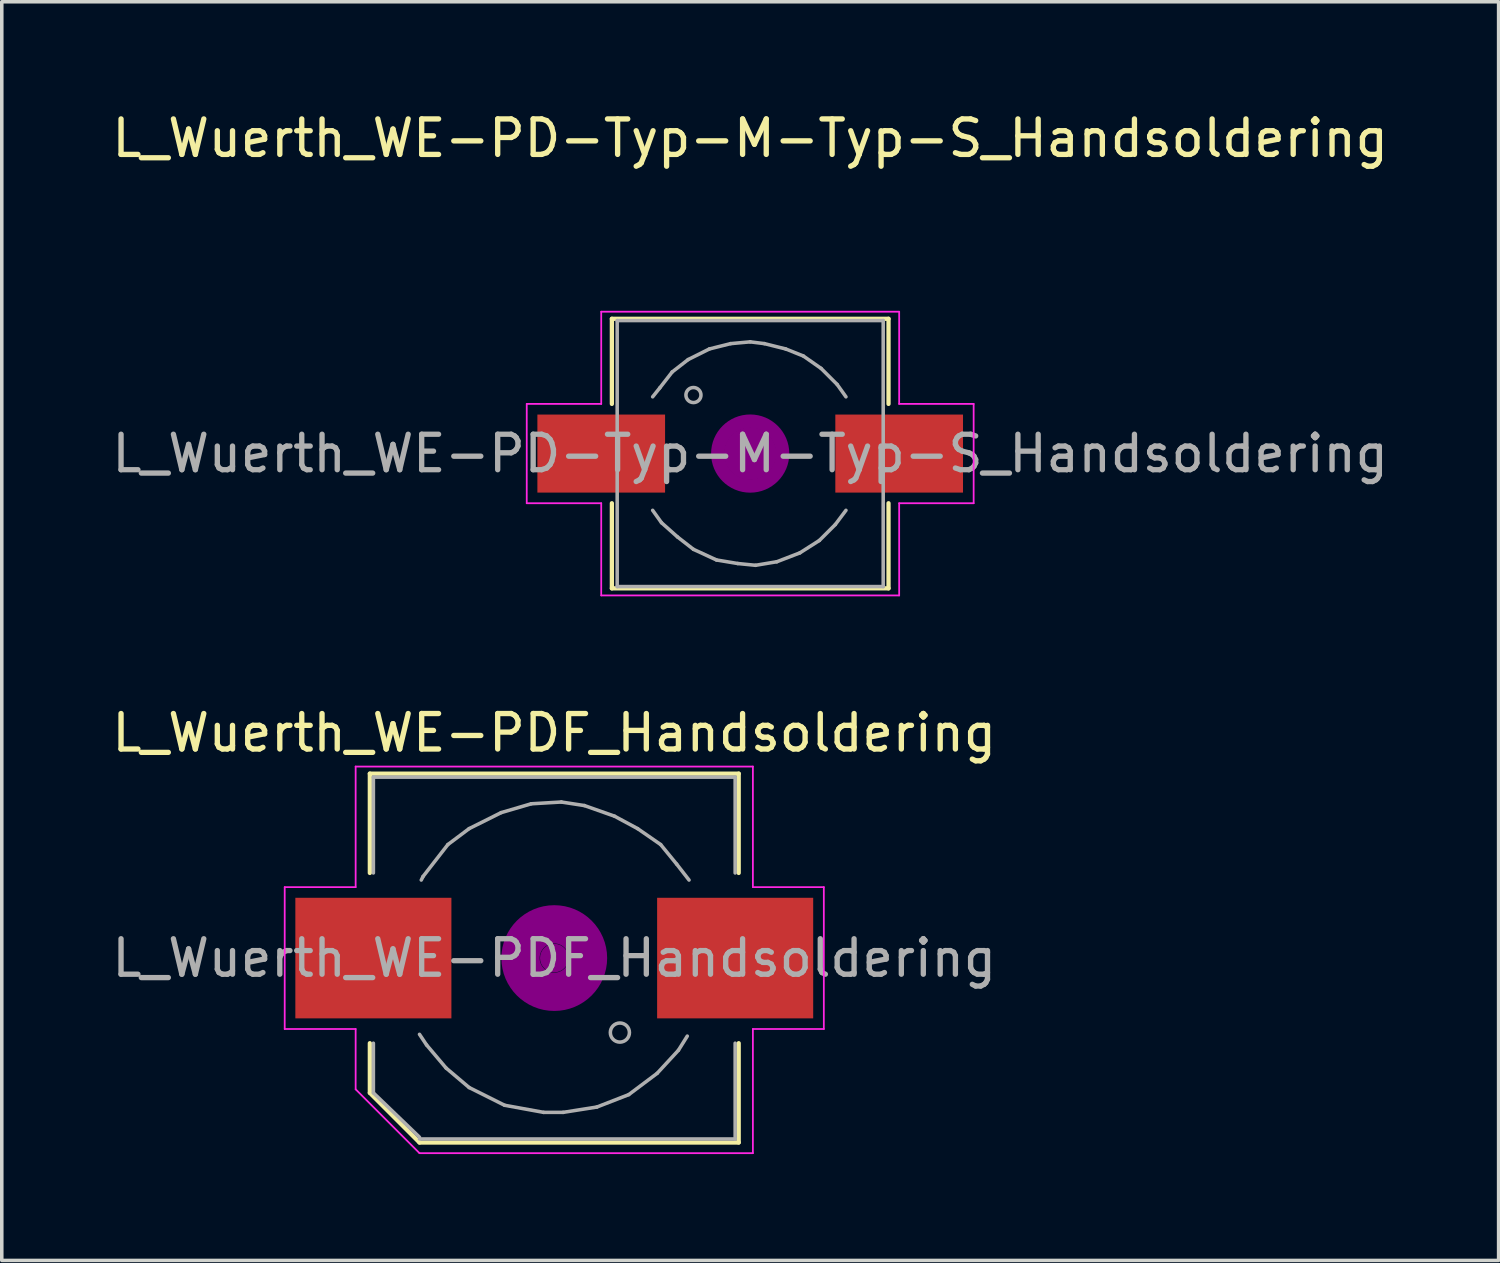
<source format=kicad_pcb>
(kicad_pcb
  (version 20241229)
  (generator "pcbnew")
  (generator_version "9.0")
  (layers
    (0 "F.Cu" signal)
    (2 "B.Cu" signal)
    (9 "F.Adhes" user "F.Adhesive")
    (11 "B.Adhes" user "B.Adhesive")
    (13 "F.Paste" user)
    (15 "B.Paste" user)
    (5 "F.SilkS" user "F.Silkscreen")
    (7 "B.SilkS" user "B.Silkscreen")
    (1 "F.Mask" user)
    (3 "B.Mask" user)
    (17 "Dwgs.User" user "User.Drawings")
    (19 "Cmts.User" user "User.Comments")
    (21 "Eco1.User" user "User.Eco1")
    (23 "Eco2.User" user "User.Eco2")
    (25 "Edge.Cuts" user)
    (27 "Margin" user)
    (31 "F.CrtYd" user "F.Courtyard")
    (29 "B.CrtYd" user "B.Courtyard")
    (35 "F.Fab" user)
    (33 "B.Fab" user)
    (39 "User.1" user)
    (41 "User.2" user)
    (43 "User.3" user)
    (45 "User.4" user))
  (footprint "L_Wuerth_WE-PD-Typ-M-Typ-S_Handsoldering"
    (layer "F.Cu")
    (at 18.101 9.738)
    (property "Reference" "L_Wuerth_WE-PD-Typ-M-Typ-S_Handsoldering" (at 0 -8.89 0) (layer "F.SilkS") (effects (font (size 1 1) (thickness 0.15))))
    (attr smd)
    (fp_line (start -3.9 -1.4) (end -3.9 -3.8) (stroke (width 0.12) (type solid)) (layer "F.SilkS"))
    (fp_line (start -3.9 1.4) (end -3.9 3.8) (stroke (width 0.12) (type solid)) (layer "F.SilkS"))
    (fp_line (start -3.9 3.8) (end 3.9 3.8) (stroke (width 0.12) (type solid)) (layer "F.SilkS"))
    (fp_line (start 3.9 -3.8) (end -3.9 -3.8) (stroke (width 0.12) (type solid)) (layer "F.SilkS"))
    (fp_line (start 3.9 -1.4) (end 3.9 -3.8) (stroke (width 0.12) (type solid)) (layer "F.SilkS"))
    (fp_line (start 3.9 3.8) (end 3.9 1.4) (stroke (width 0.12) (type solid)) (layer "F.SilkS"))
    (fp_circle (center 0 0) (end 0.15 0.15) (stroke (width 0.38) (type solid)) (fill no) (layer "F.Adhes"))
    (fp_circle (center 0 0) (end 0.55 0.05) (stroke (width 0.38) (type solid)) (fill no) (layer "F.Adhes"))
    (fp_circle (center 0 0) (end 0.9 0.15) (stroke (width 0.38) (type solid)) (fill no) (layer "F.Adhes"))
    (fp_line (start -6.3 -1.4) (end -6.3 1.4) (stroke (width 0.05) (type solid)) (layer "F.CrtYd"))
    (fp_line (start -6.3 1.4) (end -4.2 1.4) (stroke (width 0.05) (type solid)) (layer "F.CrtYd"))
    (fp_line (start -4.2 -4) (end -4.2 -1.4) (stroke (width 0.05) (type solid)) (layer "F.CrtYd"))
    (fp_line (start -4.2 -1.4) (end -6.3 -1.4) (stroke (width 0.05) (type solid)) (layer "F.CrtYd"))
    (fp_line (start -4.2 1.4) (end -4.2 4) (stroke (width 0.05) (type solid)) (layer "F.CrtYd"))
    (fp_line (start -4.2 4) (end 4.2 4) (stroke (width 0.05) (type solid)) (layer "F.CrtYd"))
    (fp_line (start 4.2 -4) (end -4.2 -4) (stroke (width 0.05) (type solid)) (layer "F.CrtYd"))
    (fp_line (start 4.2 -1.4) (end 4.2 -4) (stroke (width 0.05) (type solid)) (layer "F.CrtYd"))
    (fp_line (start 4.2 1.4) (end 6.3 1.4) (stroke (width 0.05) (type solid)) (layer "F.CrtYd"))
    (fp_line (start 4.2 4) (end 4.2 1.4) (stroke (width 0.05) (type solid)) (layer "F.CrtYd"))
    (fp_line (start 6.3 -1.4) (end 4.2 -1.4) (stroke (width 0.05) (type solid)) (layer "F.CrtYd"))
    (fp_line (start 6.3 1.4) (end 6.3 -1.4) (stroke (width 0.05) (type solid)) (layer "F.CrtYd"))
    (fp_line (start -3.75 -3.75) (end -3.75 3.75) (stroke (width 0.1) (type solid)) (layer "F.Fab"))
    (fp_line (start -3.75 3.75) (end 3.75 3.75) (stroke (width 0.1) (type solid)) (layer "F.Fab"))
    (fp_line (start -2.75 1.6) (end -2.5 1.95) (stroke (width 0.1) (type solid)) (layer "F.Fab"))
    (fp_line (start -2.55 -1.85) (end -2.75 -1.6) (stroke (width 0.1) (type solid)) (layer "F.Fab"))
    (fp_line (start -2.5 1.95) (end -2.05 2.35) (stroke (width 0.1) (type solid)) (layer "F.Fab"))
    (fp_line (start -2.2 -2.3) (end -2.55 -1.85) (stroke (width 0.1) (type solid)) (layer "F.Fab"))
    (fp_line (start -2.05 2.35) (end -1.6 2.7) (stroke (width 0.1) (type solid)) (layer "F.Fab"))
    (fp_line (start -1.75 -2.65) (end -2.2 -2.3) (stroke (width 0.1) (type solid)) (layer "F.Fab"))
    (fp_line (start -1.6 2.7) (end -0.95 3) (stroke (width 0.1) (type solid)) (layer "F.Fab"))
    (fp_line (start -1.15 -2.95) (end -1.75 -2.65) (stroke (width 0.1) (type solid)) (layer "F.Fab"))
    (fp_line (start -0.95 3) (end -0.35 3.1) (stroke (width 0.1) (type solid)) (layer "F.Fab"))
    (fp_line (start -0.55 -3.1) (end -1.15 -2.95) (stroke (width 0.1) (type solid)) (layer "F.Fab"))
    (fp_line (start -0.35 3.1) (end 0.15 3.15) (stroke (width 0.1) (type solid)) (layer "F.Fab"))
    (fp_line (start 0 -3.15) (end -0.55 -3.1) (stroke (width 0.1) (type solid)) (layer "F.Fab"))
    (fp_line (start 0.15 3.15) (end 0.75 3.05) (stroke (width 0.1) (type solid)) (layer "F.Fab"))
    (fp_line (start 0.4 -3.1) (end 0 -3.15) (stroke (width 0.1) (type solid)) (layer "F.Fab"))
    (fp_line (start 0.75 3.05) (end 1.4 2.8) (stroke (width 0.1) (type solid)) (layer "F.Fab"))
    (fp_line (start 1 -2.95) (end 0.4 -3.1) (stroke (width 0.1) (type solid)) (layer "F.Fab"))
    (fp_line (start 1.4 2.8) (end 1.95 2.45) (stroke (width 0.1) (type solid)) (layer "F.Fab"))
    (fp_line (start 1.5 -2.75) (end 1 -2.95) (stroke (width 0.1) (type solid)) (layer "F.Fab"))
    (fp_line (start 1.95 2.45) (end 2.4 2) (stroke (width 0.1) (type solid)) (layer "F.Fab"))
    (fp_line (start 2 -2.4) (end 1.5 -2.75) (stroke (width 0.1) (type solid)) (layer "F.Fab"))
    (fp_line (start 2.4 2) (end 2.7 1.6) (stroke (width 0.1) (type solid)) (layer "F.Fab"))
    (fp_line (start 2.45 -1.95) (end 2 -2.4) (stroke (width 0.1) (type solid)) (layer "F.Fab"))
    (fp_line (start 2.7 -1.6) (end 2.45 -1.95) (stroke (width 0.1) (type solid)) (layer "F.Fab"))
    (fp_line (start 3.75 -3.75) (end -3.75 -3.75) (stroke (width 0.1) (type solid)) (layer "F.Fab"))
    (fp_line (start 3.75 3.75) (end 3.75 -3.75) (stroke (width 0.1) (type solid)) (layer "F.Fab"))
    (fp_circle (center -1.6 -1.65) (end -1.45 -1.5) (stroke (width 0.1) (type solid)) (fill no) (layer "F.Fab"))
    (fp_text user "${REFERENCE}" (at 0 0 0) (layer "F.Fab") (effects (font (size 1 1) (thickness 0.15))))
    (pad "1" smd rect (at -4.2 0) (size 3.6 2.2) (layers "F.Cu" "F.Mask" "F.Paste"))
    (pad "2" smd rect (at 4.2 0) (size 3.6 2.2) (layers "F.Cu" "F.Mask" "F.Paste")))
  (footprint "L_Wuerth_WE-PDF_Handsoldering"
    (layer "F.Cu")
    (at 12.577 23.962)
    (property "Reference" "L_Wuerth_WE-PDF_Handsoldering" (at 0 -6.35 0) (layer "F.SilkS") (effects (font (size 1 1) (thickness 0.15))))
    (attr smd)
    (fp_line (start -5.2 -5.2) (end 5.2 -5.2) (stroke (width 0.12) (type solid)) (layer "F.SilkS"))
    (fp_line (start -5.2 -2.4) (end -5.2 -5.2) (stroke (width 0.12) (type solid)) (layer "F.SilkS"))
    (fp_line (start -5.2 3.8) (end -5.2 2.4) (stroke (width 0.12) (type solid)) (layer "F.SilkS"))
    (fp_line (start -3.8 5.2) (end -5.2 3.8) (stroke (width 0.12) (type solid)) (layer "F.SilkS"))
    (fp_line (start 5.2 -5.2) (end 5.2 -2.4) (stroke (width 0.12) (type solid)) (layer "F.SilkS"))
    (fp_line (start 5.2 2.4) (end 5.2 5.2) (stroke (width 0.12) (type solid)) (layer "F.SilkS"))
    (fp_line (start 5.2 5.2) (end -3.8 5.2) (stroke (width 0.12) (type solid)) (layer "F.SilkS"))
    (fp_circle (center 0 0) (end 0.15 0.15) (stroke (width 0.38) (type solid)) (fill no) (layer "F.Adhes"))
    (fp_circle (center 0 0) (end 0.6 0.05) (stroke (width 0.38) (type solid)) (fill no) (layer "F.Adhes"))
    (fp_circle (center 0 0) (end 0.95 0) (stroke (width 0.38) (type solid)) (fill no) (layer "F.Adhes"))
    (fp_circle (center 0 0) (end 1.3 0.05) (stroke (width 0.38) (type solid)) (fill no) (layer "F.Adhes"))
    (fp_line (start -7.6 -2) (end -5.6 -2) (stroke (width 0.05) (type solid)) (layer "F.CrtYd"))
    (fp_line (start -7.6 2) (end -7.6 -2) (stroke (width 0.05) (type solid)) (layer "F.CrtYd"))
    (fp_line (start -5.6 -5.4) (end 5.6 -5.4) (stroke (width 0.05) (type solid)) (layer "F.CrtYd"))
    (fp_line (start -5.6 -2) (end -5.6 -5.4) (stroke (width 0.05) (type solid)) (layer "F.CrtYd"))
    (fp_line (start -5.6 2) (end -7.6 2) (stroke (width 0.05) (type solid)) (layer "F.CrtYd"))
    (fp_line (start -5.6 3.7) (end -5.6 2) (stroke (width 0.05) (type solid)) (layer "F.CrtYd"))
    (fp_line (start -3.8 5.5) (end -5.6 3.7) (stroke (width 0.05) (type solid)) (layer "F.CrtYd"))
    (fp_line (start 5.6 -5.4) (end 5.6 -2) (stroke (width 0.05) (type solid)) (layer "F.CrtYd"))
    (fp_line (start 5.6 -2) (end 7.6 -2) (stroke (width 0.05) (type solid)) (layer "F.CrtYd"))
    (fp_line (start 5.6 2) (end 5.6 5.5) (stroke (width 0.05) (type solid)) (layer "F.CrtYd"))
    (fp_line (start 5.6 5.5) (end -3.8 5.5) (stroke (width 0.05) (type solid)) (layer "F.CrtYd"))
    (fp_line (start 7.6 -2) (end 7.6 2) (stroke (width 0.05) (type solid)) (layer "F.CrtYd"))
    (fp_line (start 7.6 2) (end 5.6 2) (stroke (width 0.05) (type solid)) (layer "F.CrtYd"))
    (fp_line (start -5.1 -5.1) (end -5.1 -2.4) (stroke (width 0.1) (type solid)) (layer "F.Fab"))
    (fp_line (start -5.1 2.4) (end -5.1 3.8) (stroke (width 0.1) (type solid)) (layer "F.Fab"))
    (fp_line (start -5.1 3.8) (end -3.8 5.05) (stroke (width 0.1) (type solid)) (layer "F.Fab"))
    (fp_line (start -3.8 2.15) (end -3.6 2.45) (stroke (width 0.1) (type solid)) (layer "F.Fab"))
    (fp_line (start -3.7 -2.3) (end -3.75 -2.2) (stroke (width 0.1) (type solid)) (layer "F.Fab"))
    (fp_line (start -3.6 2.45) (end -3.05 3.1) (stroke (width 0.1) (type solid)) (layer "F.Fab"))
    (fp_line (start -3.05 3.1) (end -2.4 3.65) (stroke (width 0.1) (type solid)) (layer "F.Fab"))
    (fp_line (start -3 -3.2) (end -3.7 -2.3) (stroke (width 0.1) (type solid)) (layer "F.Fab"))
    (fp_line (start -2.4 -3.65) (end -3 -3.2) (stroke (width 0.1) (type solid)) (layer "F.Fab"))
    (fp_line (start -2.4 3.65) (end -1.4 4.15) (stroke (width 0.1) (type solid)) (layer "F.Fab"))
    (fp_line (start -1.5 -4.1) (end -2.4 -3.65) (stroke (width 0.1) (type solid)) (layer "F.Fab"))
    (fp_line (start -1.4 4.15) (end -0.3 4.35) (stroke (width 0.1) (type solid)) (layer "F.Fab"))
    (fp_line (start -0.65 -4.35) (end -1.5 -4.1) (stroke (width 0.1) (type solid)) (layer "F.Fab"))
    (fp_line (start -0.3 4.35) (end 0.25 4.35) (stroke (width 0.1) (type solid)) (layer "F.Fab"))
    (fp_line (start 0.2 -4.4) (end -0.65 -4.35) (stroke (width 0.1) (type solid)) (layer "F.Fab"))
    (fp_line (start 0.25 4.35) (end 1.2 4.2) (stroke (width 0.1) (type solid)) (layer "F.Fab"))
    (fp_line (start 0.85 -4.3) (end 0.2 -4.4) (stroke (width 0.1) (type solid)) (layer "F.Fab"))
    (fp_line (start 1.2 4.2) (end 2.1 3.85) (stroke (width 0.1) (type solid)) (layer "F.Fab"))
    (fp_line (start 1.7 -4) (end 0.85 -4.3) (stroke (width 0.1) (type solid)) (layer "F.Fab"))
    (fp_line (start 2.1 3.85) (end 2.9 3.25) (stroke (width 0.1) (type solid)) (layer "F.Fab"))
    (fp_line (start 2.35 -3.65) (end 1.7 -4) (stroke (width 0.1) (type solid)) (layer "F.Fab"))
    (fp_line (start 2.9 3.25) (end 3.5 2.6) (stroke (width 0.1) (type solid)) (layer "F.Fab"))
    (fp_line (start 3 -3.2) (end 2.35 -3.65) (stroke (width 0.1) (type solid)) (layer "F.Fab"))
    (fp_line (start 3.45 -2.65) (end 3 -3.2) (stroke (width 0.1) (type solid)) (layer "F.Fab"))
    (fp_line (start 3.5 2.6) (end 3.75 2.2) (stroke (width 0.1) (type solid)) (layer "F.Fab"))
    (fp_line (start 3.8 -2.2) (end 3.45 -2.65) (stroke (width 0.1) (type solid)) (layer "F.Fab"))
    (fp_line (start 5.1 -5.1) (end -5.1 -5.1) (stroke (width 0.1) (type solid)) (layer "F.Fab"))
    (fp_line (start 5.1 -5.1) (end 5.1 -2.4) (stroke (width 0.1) (type solid)) (layer "F.Fab"))
    (fp_line (start 5.1 5.1) (end -3.8 5.1) (stroke (width 0.1) (type solid)) (layer "F.Fab"))
    (fp_line (start 5.1 5.1) (end 5.1 2.4) (stroke (width 0.1) (type solid)) (layer "F.Fab"))
    (fp_circle (center 1.85 2.1) (end 2.1 2.2) (stroke (width 0.1) (type solid)) (fill no) (layer "F.Fab"))
    (fp_text user "${REFERENCE}" (at 0 0 0) (layer "F.Fab") (effects (font (size 1 1) (thickness 0.15))))
    (pad "1" smd rect (at -5.1 0) (size 4.4 3.4) (layers "F.Cu" "F.Mask" "F.Paste"))
    (pad "2" smd rect (at 5.1 0) (size 4.4 3.4) (layers "F.Cu" "F.Mask" "F.Paste")))
  (gr_rect
    (start -3 -3)
    (end 39.202 32.486)
    (stroke (width 0.1) (type default))
    (fill no)
    (layer "Edge.Cuts")))
</source>
